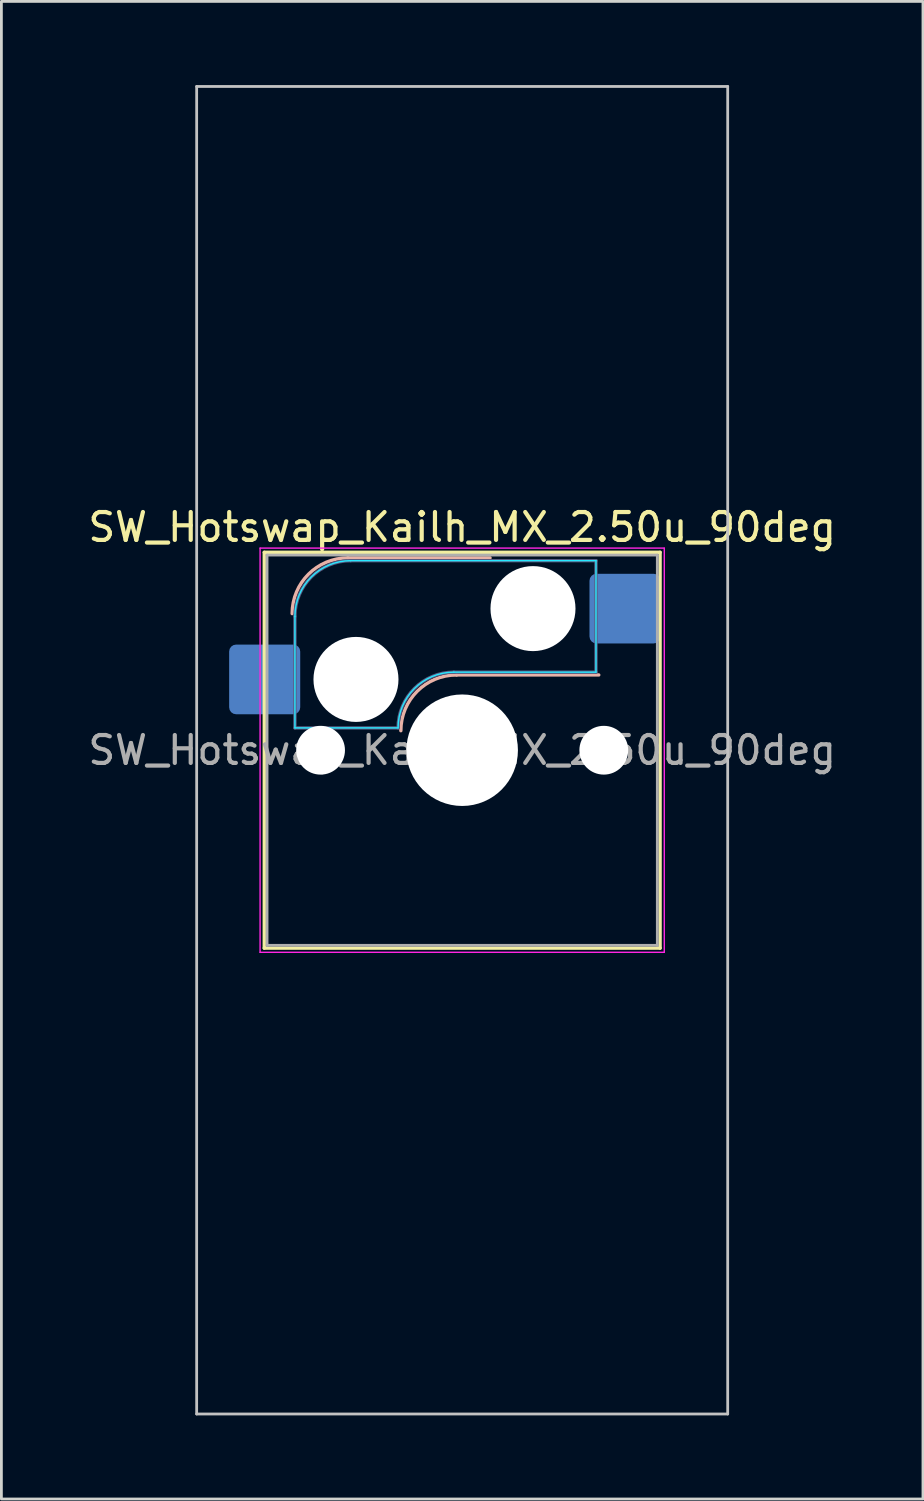
<source format=kicad_pcb>
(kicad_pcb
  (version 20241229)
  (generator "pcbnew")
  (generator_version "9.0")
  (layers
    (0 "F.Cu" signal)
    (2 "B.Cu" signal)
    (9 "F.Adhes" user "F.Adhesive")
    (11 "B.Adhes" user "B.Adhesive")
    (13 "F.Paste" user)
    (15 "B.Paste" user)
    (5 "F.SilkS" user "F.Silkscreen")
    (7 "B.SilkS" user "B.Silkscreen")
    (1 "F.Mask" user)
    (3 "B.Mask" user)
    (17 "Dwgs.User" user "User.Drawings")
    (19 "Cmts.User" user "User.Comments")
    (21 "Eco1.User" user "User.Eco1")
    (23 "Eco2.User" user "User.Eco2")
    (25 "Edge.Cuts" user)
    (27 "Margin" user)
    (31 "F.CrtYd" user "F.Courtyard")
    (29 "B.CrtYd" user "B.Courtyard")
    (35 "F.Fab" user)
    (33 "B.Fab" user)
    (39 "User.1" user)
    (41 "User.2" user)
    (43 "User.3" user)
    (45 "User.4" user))
  (footprint "SW_Hotswap_Kailh_MX_2.50u_90deg"
    (layer "F.Cu")
    (at 13.53 23.863)
    (property "Reference" "SW_Hotswap_Kailh_MX_2.50u_90deg" (at 0 -8 0) (layer "F.SilkS") (effects (font (size 1 1) (thickness 0.15))))
    (attr smd)
    (fp_line (start -7.1 -7.1) (end -7.1 7.1) (stroke (width 0.12) (type solid)) (layer "F.SilkS"))
    (fp_line (start -7.1 7.1) (end 7.1 7.1) (stroke (width 0.12) (type solid)) (layer "F.SilkS"))
    (fp_line (start 7.1 -7.1) (end -7.1 -7.1) (stroke (width 0.12) (type solid)) (layer "F.SilkS"))
    (fp_line (start 7.1 7.1) (end 7.1 -7.1) (stroke (width 0.12) (type solid)) (layer "F.SilkS"))
    (fp_line (start -4.1 -6.9) (end 1 -6.9) (stroke (width 0.12) (type solid)) (layer "B.SilkS"))
    (fp_line (start -0.2 -2.7) (end 4.9 -2.7) (stroke (width 0.12) (type solid)) (layer "B.SilkS"))
    (fp_arc (start -6.1 -4.9) (mid -5.514214 -6.314214) (end -4.1 -6.9) (stroke (width 0.12) (type solid)) (layer "B.SilkS"))
    (fp_arc (start -2.2 -0.7) (mid -1.614214 -2.114214) (end -0.2 -2.7) (stroke (width 0.12) (type solid)) (layer "B.SilkS"))
    (fp_line (start -9.525 -23.812) (end 9.525 -23.812) (stroke (width 0.1) (type solid)) (layer "Dwgs.User"))
    (fp_line (start -9.525 23.812) (end -9.525 -23.812) (stroke (width 0.1) (type solid)) (layer "Dwgs.User"))
    (fp_line (start 9.525 -23.812) (end 9.525 23.812) (stroke (width 0.1) (type solid)) (layer "Dwgs.User"))
    (fp_line (start 9.525 23.812) (end -9.525 23.812) (stroke (width 0.1) (type solid)) (layer "Dwgs.User"))
    (fp_line (start -7.8 -6) (end -7 -6) (stroke (width 0.1) (type solid)) (layer "Eco1.User"))
    (fp_line (start -7.8 -2.9) (end -7.8 -6) (stroke (width 0.1) (type solid)) (layer "Eco1.User"))
    (fp_line (start -7.8 2.9) (end -7 2.9) (stroke (width 0.1) (type solid)) (layer "Eco1.User"))
    (fp_line (start -7.8 6) (end -7.8 2.9) (stroke (width 0.1) (type solid)) (layer "Eco1.User"))
    (fp_line (start -7 -7) (end 7 -7) (stroke (width 0.1) (type solid)) (layer "Eco1.User"))
    (fp_line (start -7 -6) (end -7 -7) (stroke (width 0.1) (type solid)) (layer "Eco1.User"))
    (fp_line (start -7 -2.9) (end -7.8 -2.9) (stroke (width 0.1) (type solid)) (layer "Eco1.User"))
    (fp_line (start -7 2.9) (end -7 -2.9) (stroke (width 0.1) (type solid)) (layer "Eco1.User"))
    (fp_line (start -7 6) (end -7.8 6) (stroke (width 0.1) (type solid)) (layer "Eco1.User"))
    (fp_line (start -7 7) (end -7 6) (stroke (width 0.1) (type solid)) (layer "Eco1.User"))
    (fp_line (start 7 -7) (end 7 -6) (stroke (width 0.1) (type solid)) (layer "Eco1.User"))
    (fp_line (start 7 -6) (end 7.8 -6) (stroke (width 0.1) (type solid)) (layer "Eco1.User"))
    (fp_line (start 7 -2.9) (end 7 2.9) (stroke (width 0.1) (type solid)) (layer "Eco1.User"))
    (fp_line (start 7 2.9) (end 7.8 2.9) (stroke (width 0.1) (type solid)) (layer "Eco1.User"))
    (fp_line (start 7 6) (end 7 7) (stroke (width 0.1) (type solid)) (layer "Eco1.User"))
    (fp_line (start 7 7) (end -7 7) (stroke (width 0.1) (type solid)) (layer "Eco1.User"))
    (fp_line (start 7.8 -6) (end 7.8 -2.9) (stroke (width 0.1) (type solid)) (layer "Eco1.User"))
    (fp_line (start 7.8 -2.9) (end 7 -2.9) (stroke (width 0.1) (type solid)) (layer "Eco1.User"))
    (fp_line (start 7.8 2.9) (end 7.8 6) (stroke (width 0.1) (type solid)) (layer "Eco1.User"))
    (fp_line (start 7.8 6) (end 7 6) (stroke (width 0.1) (type solid)) (layer "Eco1.User"))
    (fp_line (start -6 -0.8) (end -6 -4.8) (stroke (width 0.05) (type solid)) (layer "B.CrtYd"))
    (fp_line (start -6 -0.8) (end -2.3 -0.8) (stroke (width 0.05) (type solid)) (layer "B.CrtYd"))
    (fp_line (start -4 -6.8) (end 4.8 -6.8) (stroke (width 0.05) (type solid)) (layer "B.CrtYd"))
    (fp_line (start -0.3 -2.8) (end 4.8 -2.8) (stroke (width 0.05) (type solid)) (layer "B.CrtYd"))
    (fp_line (start 4.8 -6.8) (end 4.8 -2.8) (stroke (width 0.05) (type solid)) (layer "B.CrtYd"))
    (fp_arc (start -6 -4.8) (mid -5.414214 -6.214214) (end -4 -6.8) (stroke (width 0.05) (type solid)) (layer "B.CrtYd"))
    (fp_arc (start -2.3 -0.8) (mid -1.714214 -2.214214) (end -0.3 -2.8) (stroke (width 0.05) (type solid)) (layer "B.CrtYd"))
    (fp_line (start -7.25 -7.25) (end -7.25 7.25) (stroke (width 0.05) (type solid)) (layer "F.CrtYd"))
    (fp_line (start -7.25 7.25) (end 7.25 7.25) (stroke (width 0.05) (type solid)) (layer "F.CrtYd"))
    (fp_line (start 7.25 -7.25) (end -7.25 -7.25) (stroke (width 0.05) (type solid)) (layer "F.CrtYd"))
    (fp_line (start 7.25 7.25) (end 7.25 -7.25) (stroke (width 0.05) (type solid)) (layer "F.CrtYd"))
    (fp_line (start -6 -0.8) (end -6 -4.8) (stroke (width 0.12) (type solid)) (layer "B.Fab"))
    (fp_line (start -6 -0.8) (end -2.3 -0.8) (stroke (width 0.12) (type solid)) (layer "B.Fab"))
    (fp_line (start -4 -6.8) (end 4.8 -6.8) (stroke (width 0.12) (type solid)) (layer "B.Fab"))
    (fp_line (start -0.3 -2.8) (end 4.8 -2.8) (stroke (width 0.12) (type solid)) (layer "B.Fab"))
    (fp_line (start 4.8 -6.8) (end 4.8 -2.8) (stroke (width 0.12) (type solid)) (layer "B.Fab"))
    (fp_arc (start -6 -4.8) (mid -5.414214 -6.214214) (end -4 -6.8) (stroke (width 0.12) (type solid)) (layer "B.Fab"))
    (fp_arc (start -2.3 -0.8) (mid -1.714214 -2.214214) (end -0.3 -2.8) (stroke (width 0.12) (type solid)) (layer "B.Fab"))
    (fp_line (start -7 -7) (end -7 7) (stroke (width 0.1) (type solid)) (layer "F.Fab"))
    (fp_line (start -7 7) (end 7 7) (stroke (width 0.1) (type solid)) (layer "F.Fab"))
    (fp_line (start 7 -7) (end -7 -7) (stroke (width 0.1) (type solid)) (layer "F.Fab"))
    (fp_line (start 7 7) (end 7 -7) (stroke (width 0.1) (type solid)) (layer "F.Fab"))
    (fp_text user "${REFERENCE}" (at 0 0 0) (layer "F.Fab") (effects (font (size 1 1) (thickness 0.15))))
    (pad "" np_thru_hole circle (at -5.08 0) (size 1.75 1.75) (drill 1.75) (layers "*.Cu" "*.Mask"))
    (pad "" np_thru_hole circle (at -3.81 -2.54) (size 3.05 3.05) (drill 3.05) (layers "*.Cu" "*.Mask"))
    (pad "" np_thru_hole circle (at 0 0) (size 4 4) (drill 4) (layers "*.Cu" "*.Mask"))
    (pad "" np_thru_hole circle (at 2.54 -5.08) (size 3.05 3.05) (drill 3.05) (layers "*.Cu" "*.Mask"))
    (pad "" np_thru_hole circle (at 5.08 0) (size 1.75 1.75) (drill 1.75) (layers "*.Cu" "*.Mask"))
    (pad "1" smd roundrect (at -7.085 -2.54) (size 2.55 2.5) (layers "B.Cu" "B.Mask" "B.Paste") (roundrect_rratio 0.1))
    (pad "2" smd roundrect (at 5.842 -5.08) (size 2.55 2.5) (layers "B.Cu" "B.Mask" "B.Paste") (roundrect_rratio 0.1)))
  (gr_rect
    (start -3 -3)
    (end 30.06 50.725)
    (stroke (width 0.1) (type default))
    (fill no)
    (layer "Edge.Cuts")))
</source>
